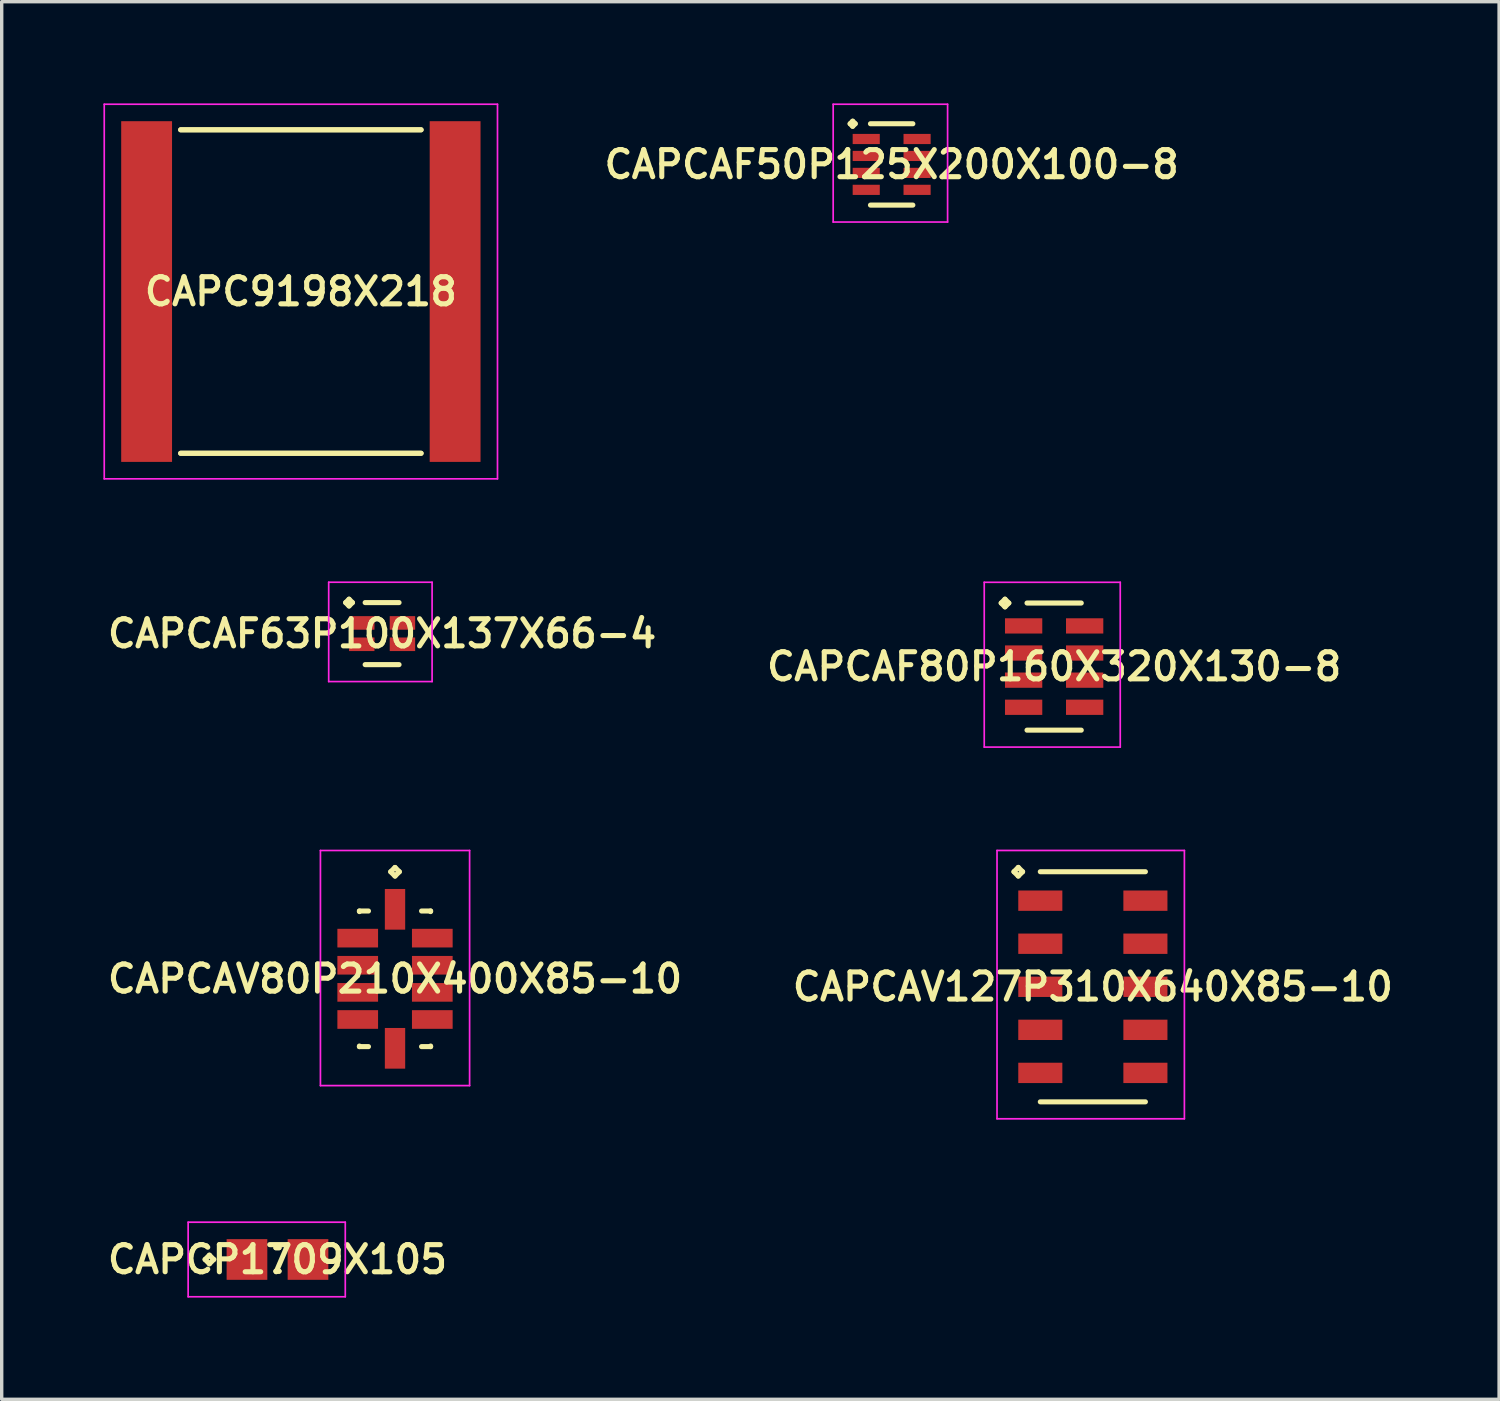
<source format=kicad_pcb>
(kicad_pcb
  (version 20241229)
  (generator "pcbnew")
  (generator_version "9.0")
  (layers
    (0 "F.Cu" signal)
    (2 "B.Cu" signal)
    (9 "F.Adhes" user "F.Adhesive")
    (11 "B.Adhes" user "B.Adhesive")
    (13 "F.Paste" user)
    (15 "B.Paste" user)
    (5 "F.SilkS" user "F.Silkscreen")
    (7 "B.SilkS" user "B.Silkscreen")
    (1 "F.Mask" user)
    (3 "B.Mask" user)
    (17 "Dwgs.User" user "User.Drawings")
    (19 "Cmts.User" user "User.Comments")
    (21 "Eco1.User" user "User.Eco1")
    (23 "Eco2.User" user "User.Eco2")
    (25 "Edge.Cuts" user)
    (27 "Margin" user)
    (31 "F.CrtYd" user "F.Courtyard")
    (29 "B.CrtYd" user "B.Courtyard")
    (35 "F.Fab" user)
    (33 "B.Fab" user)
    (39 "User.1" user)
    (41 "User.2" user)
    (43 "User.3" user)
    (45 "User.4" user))
  (footprint "CAPCAV127P310X640X85-10"
    (layer "F.Cu")
    (at 29.187 26.058)
    (property "Reference" "CAPCAV127P310X640X85-10" (at 0 0 0) (layer "F.SilkS") (effects (font (size 0.8 0.8) (thickness 0.15))))
    (attr smd)
    (fp_line (start -2.327 -3.394) (end -2.2 -3.521) (stroke (width 0.15) (type solid)) (layer "F.SilkS"))
    (fp_line (start -2.2 -3.521) (end -2.073 -3.394) (stroke (width 0.15) (type solid)) (layer "F.SilkS"))
    (fp_line (start -2.2 -3.267) (end -2.327 -3.394) (stroke (width 0.15) (type solid)) (layer "F.SilkS"))
    (fp_line (start -2.073 -3.394) (end -2.2 -3.267) (stroke (width 0.15) (type solid)) (layer "F.SilkS"))
    (fp_line (start -1.55 -3.394) (end 1.55 -3.394) (stroke (width 0.15) (type solid)) (layer "F.SilkS"))
    (fp_line (start -1.55 3.394) (end 1.55 3.394) (stroke (width 0.15) (type solid)) (layer "F.SilkS"))
    (fp_line (start -2.827 -4.021) (end 2.7 -4.021) (stroke (width 0.05) (type solid)) (layer "F.CrtYd"))
    (fp_line (start -2.827 3.894) (end -2.827 -4.021) (stroke (width 0.05) (type solid)) (layer "F.CrtYd"))
    (fp_line (start 2.7 -4.021) (end 2.7 3.894) (stroke (width 0.05) (type solid)) (layer "F.CrtYd"))
    (fp_line (start 2.7 3.894) (end -2.827 3.894) (stroke (width 0.05) (type solid)) (layer "F.CrtYd"))
    (pad "1" smd rect (at -1.55 -2.54) (size 1.3 0.6) (layers "F.Cu" "F.Mask" "F.Paste"))
    (pad "2" smd rect (at -1.55 -1.27) (size 1.3 0.6) (layers "F.Cu" "F.Mask" "F.Paste"))
    (pad "3" smd rect (at -1.55 0) (size 1.3 0.6) (layers "F.Cu" "F.Mask" "F.Paste"))
    (pad "4" smd rect (at -1.55 1.27) (size 1.3 0.6) (layers "F.Cu" "F.Mask" "F.Paste"))
    (pad "5" smd rect (at -1.55 2.54) (size 1.3 0.6) (layers "F.Cu" "F.Mask" "F.Paste"))
    (pad "6" smd rect (at 1.55 2.54) (size 1.3 0.6) (layers "F.Cu" "F.Mask" "F.Paste"))
    (pad "7" smd rect (at 1.55 1.27) (size 1.3 0.6) (layers "F.Cu" "F.Mask" "F.Paste"))
    (pad "8" smd rect (at 1.55 0) (size 1.3 0.6) (layers "F.Cu" "F.Mask" "F.Paste"))
    (pad "9" smd rect (at 1.55 -1.27) (size 1.3 0.6) (layers "F.Cu" "F.Mask" "F.Paste"))
    (pad "10" smd rect (at 1.55 -2.54) (size 1.3 0.6) (layers "F.Cu" "F.Mask" "F.Paste")))
  (footprint "CAPCAF50P125X200X100-8"
    (layer "F.Cu")
    (at 23.252 1.8)
    (property "Reference" "CAPCAF50P125X200X100-8" (at 0 0 0) (layer "F.SilkS") (effects (font (size 0.8 0.8) (thickness 0.15))))
    (attr smd)
    (fp_line (start -1.225 -1.2) (end -1.15 -1.275) (stroke (width 0.15) (type solid)) (layer "F.SilkS"))
    (fp_line (start -1.15 -1.275) (end -1.075 -1.2) (stroke (width 0.15) (type solid)) (layer "F.SilkS"))
    (fp_line (start -1.15 -1.125) (end -1.225 -1.2) (stroke (width 0.15) (type solid)) (layer "F.SilkS"))
    (fp_line (start -1.075 -1.2) (end -1.15 -1.125) (stroke (width 0.15) (type solid)) (layer "F.SilkS"))
    (fp_line (start -0.625 -1.2) (end 0.625 -1.2) (stroke (width 0.15) (type solid)) (layer "F.SilkS"))
    (fp_line (start -0.625 1.2) (end 0.625 1.2) (stroke (width 0.15) (type solid)) (layer "F.SilkS"))
    (fp_line (start -1.725 -1.775) (end 1.65 -1.775) (stroke (width 0.05) (type solid)) (layer "F.CrtYd"))
    (fp_line (start -1.725 1.7) (end -1.725 -1.775) (stroke (width 0.05) (type solid)) (layer "F.CrtYd"))
    (fp_line (start 1.65 -1.775) (end 1.65 1.7) (stroke (width 0.05) (type solid)) (layer "F.CrtYd"))
    (fp_line (start 1.65 1.7) (end -1.725 1.7) (stroke (width 0.05) (type solid)) (layer "F.CrtYd"))
    (pad "1" smd rect (at -0.75 -0.75) (size 0.8 0.3) (layers "F.Cu" "F.Mask" "F.Paste"))
    (pad "2" smd rect (at -0.75 -0.25) (size 0.8 0.3) (layers "F.Cu" "F.Mask" "F.Paste"))
    (pad "3" smd rect (at -0.75 0.25) (size 0.8 0.3) (layers "F.Cu" "F.Mask" "F.Paste"))
    (pad "4" smd rect (at -0.75 0.75) (size 0.8 0.3) (layers "F.Cu" "F.Mask" "F.Paste"))
    (pad "5" smd rect (at 0.75 0.75) (size 0.8 0.3) (layers "F.Cu" "F.Mask" "F.Paste"))
    (pad "6" smd rect (at 0.75 0.25) (size 0.8 0.3) (layers "F.Cu" "F.Mask" "F.Paste"))
    (pad "7" smd rect (at 0.75 -0.25) (size 0.8 0.3) (layers "F.Cu" "F.Mask" "F.Paste"))
    (pad "8" smd rect (at 0.75 -0.75) (size 0.8 0.3) (layers "F.Cu" "F.Mask" "F.Paste")))
  (footprint "CAPCAV80P210X400X85-10"
    (layer "F.Cu")
    (at 8.602 25.823)
    (property "Reference" "CAPCAV80P210X400X85-10" (at 0 0 0) (layer "F.SilkS") (effects (font (size 0.8 0.8) (thickness 0.15))))
    (attr smd)
    (fp_line (start -1.05 -2) (end -0.783 -2) (stroke (width 0.15) (type solid)) (layer "F.SilkS"))
    (fp_line (start -1.05 -1.983) (end -1.05 -2) (stroke (width 0.15) (type solid)) (layer "F.SilkS"))
    (fp_line (start -1.05 1.983) (end -1.05 2) (stroke (width 0.15) (type solid)) (layer "F.SilkS"))
    (fp_line (start -1.05 2) (end -0.783 2) (stroke (width 0.15) (type solid)) (layer "F.SilkS"))
    (fp_line (start -0.127 -3.158) (end 0 -3.285) (stroke (width 0.15) (type solid)) (layer "F.SilkS"))
    (fp_line (start 0 -3.285) (end 0.127 -3.158) (stroke (width 0.15) (type solid)) (layer "F.SilkS"))
    (fp_line (start 0 -3.031) (end -0.127 -3.158) (stroke (width 0.15) (type solid)) (layer "F.SilkS"))
    (fp_line (start 0.127 -3.158) (end 0 -3.031) (stroke (width 0.15) (type solid)) (layer "F.SilkS"))
    (fp_line (start 1.05 -2) (end 0.783 -2) (stroke (width 0.15) (type solid)) (layer "F.SilkS"))
    (fp_line (start 1.05 -1.983) (end 1.05 -2) (stroke (width 0.15) (type solid)) (layer "F.SilkS"))
    (fp_line (start 1.05 1.983) (end 1.05 2) (stroke (width 0.15) (type solid)) (layer "F.SilkS"))
    (fp_line (start 1.05 2) (end 0.783 2) (stroke (width 0.15) (type solid)) (layer "F.SilkS"))
    (fp_line (start -2.2 -3.785) (end 2.2 -3.785) (stroke (width 0.05) (type solid)) (layer "F.CrtYd"))
    (fp_line (start -2.2 3.15) (end -2.2 -3.785) (stroke (width 0.05) (type solid)) (layer "F.CrtYd"))
    (fp_line (start 2.2 -3.785) (end 2.2 3.15) (stroke (width 0.05) (type solid)) (layer "F.CrtYd"))
    (fp_line (start 2.2 3.15) (end -2.2 3.15) (stroke (width 0.05) (type solid)) (layer "F.CrtYd"))
    (pad "1" smd rect (at 0 -2.05) (size 0.6 1.2) (layers "F.Cu" "F.Mask" "F.Paste"))
    (pad "2" smd rect (at -1.1 -1.2) (size 1.2 0.55) (layers "F.Cu" "F.Mask" "F.Paste"))
    (pad "3" smd rect (at -1.1 -0.4) (size 1.2 0.55) (layers "F.Cu" "F.Mask" "F.Paste"))
    (pad "4" smd rect (at -1.1 0.4) (size 1.2 0.55) (layers "F.Cu" "F.Mask" "F.Paste"))
    (pad "5" smd rect (at -1.1 1.2) (size 1.2 0.55) (layers "F.Cu" "F.Mask" "F.Paste"))
    (pad "6" smd rect (at 0 2.05) (size 0.6 1.2) (layers "F.Cu" "F.Mask" "F.Paste"))
    (pad "7" smd rect (at 1.1 1.2) (size 1.2 0.55) (layers "F.Cu" "F.Mask" "F.Paste"))
    (pad "8" smd rect (at 1.1 0.4) (size 1.2 0.55) (layers "F.Cu" "F.Mask" "F.Paste"))
    (pad "9" smd rect (at 1.1 -0.4) (size 1.2 0.55) (layers "F.Cu" "F.Mask" "F.Paste"))
    (pad "10" smd rect (at 1.1 -1.2) (size 1.2 0.55) (layers "F.Cu" "F.Mask" "F.Paste")))
  (footprint "CAPCAF80P160X320X130-8"
    (layer "F.Cu")
    (at 28.045 16.613)
    (property "Reference" "CAPCAF80P160X320X130-8" (at 0 0 0) (layer "F.SilkS") (effects (font (size 0.8 0.8) (thickness 0.15))))
    (attr smd)
    (fp_line (start -1.562 -1.875) (end -1.45 -1.988) (stroke (width 0.15) (type solid)) (layer "F.SilkS"))
    (fp_line (start -1.45 -1.988) (end -1.337 -1.875) (stroke (width 0.15) (type solid)) (layer "F.SilkS"))
    (fp_line (start -1.45 -1.762) (end -1.562 -1.875) (stroke (width 0.15) (type solid)) (layer "F.SilkS"))
    (fp_line (start -1.337 -1.875) (end -1.45 -1.762) (stroke (width 0.15) (type solid)) (layer "F.SilkS"))
    (fp_line (start -0.8 -1.875) (end 0.8 -1.875) (stroke (width 0.15) (type solid)) (layer "F.SilkS"))
    (fp_line (start -0.8 1.875) (end 0.8 1.875) (stroke (width 0.15) (type solid)) (layer "F.SilkS"))
    (fp_line (start -2.062 -2.487) (end 1.95 -2.487) (stroke (width 0.05) (type solid)) (layer "F.CrtYd"))
    (fp_line (start -2.062 2.375) (end -2.062 -2.487) (stroke (width 0.05) (type solid)) (layer "F.CrtYd"))
    (fp_line (start 1.95 -2.487) (end 1.95 2.375) (stroke (width 0.05) (type solid)) (layer "F.CrtYd"))
    (fp_line (start 1.95 2.375) (end -2.062 2.375) (stroke (width 0.05) (type solid)) (layer "F.CrtYd"))
    (pad "1" smd rect (at -0.9 -1.2) (size 1.1 0.45) (layers "F.Cu" "F.Mask" "F.Paste"))
    (pad "2" smd rect (at -0.9 -0.4) (size 1.1 0.45) (layers "F.Cu" "F.Mask" "F.Paste"))
    (pad "3" smd rect (at -0.9 0.4) (size 1.1 0.45) (layers "F.Cu" "F.Mask" "F.Paste"))
    (pad "4" smd rect (at -0.9 1.2) (size 1.1 0.45) (layers "F.Cu" "F.Mask" "F.Paste"))
    (pad "5" smd rect (at 0.9 1.2) (size 1.1 0.45) (layers "F.Cu" "F.Mask" "F.Paste"))
    (pad "6" smd rect (at 0.9 0.4) (size 1.1 0.45) (layers "F.Cu" "F.Mask" "F.Paste"))
    (pad "7" smd rect (at 0.9 -0.4) (size 1.1 0.45) (layers "F.Cu" "F.Mask" "F.Paste"))
    (pad "8" smd rect (at 0.9 -1.2) (size 1.1 0.45) (layers "F.Cu" "F.Mask" "F.Paste")))
  (footprint "CAPCAF63P100X137X66-4"
    (layer "F.Cu")
    (at 8.221 15.64)
    (property "Reference" "CAPCAF63P100X137X66-4" (at 0 0 0) (layer "F.SilkS") (effects (font (size 0.8 0.8) (thickness 0.15))))
    (attr smd)
    (fp_line (start -1.075 -0.915) (end -0.975 -1.015) (stroke (width 0.15) (type solid)) (layer "F.SilkS"))
    (fp_line (start -0.975 -1.015) (end -0.875 -0.915) (stroke (width 0.15) (type solid)) (layer "F.SilkS"))
    (fp_line (start -0.975 -0.815) (end -1.075 -0.915) (stroke (width 0.15) (type solid)) (layer "F.SilkS"))
    (fp_line (start -0.875 -0.915) (end -0.975 -0.815) (stroke (width 0.15) (type solid)) (layer "F.SilkS"))
    (fp_line (start -0.5 -0.915) (end 0.5 -0.915) (stroke (width 0.15) (type solid)) (layer "F.SilkS"))
    (fp_line (start -0.5 0.915) (end 0.5 0.915) (stroke (width 0.15) (type solid)) (layer "F.SilkS"))
    (fp_line (start -1.575 -1.515) (end 1.475 -1.515) (stroke (width 0.05) (type solid)) (layer "F.CrtYd"))
    (fp_line (start -1.575 1.415) (end -1.575 -1.515) (stroke (width 0.05) (type solid)) (layer "F.CrtYd"))
    (fp_line (start 1.475 -1.515) (end 1.475 1.415) (stroke (width 0.05) (type solid)) (layer "F.CrtYd"))
    (fp_line (start 1.475 1.415) (end -1.575 1.415) (stroke (width 0.05) (type solid)) (layer "F.CrtYd"))
    (pad "1" smd rect (at -0.6 -0.315) (size 0.75 0.4) (layers "F.Cu" "F.Mask" "F.Paste"))
    (pad "2" smd rect (at -0.6 0.315) (size 0.75 0.4) (layers "F.Cu" "F.Mask" "F.Paste"))
    (pad "3" smd rect (at 0.6 0.315) (size 0.75 0.4) (layers "F.Cu" "F.Mask" "F.Paste"))
    (pad "4" smd rect (at 0.6 -0.315) (size 0.75 0.4) (layers "F.Cu" "F.Mask" "F.Paste")))
  (footprint "CAPCP1709X105"
    (layer "F.Cu")
    (at 5.135 34.102)
    (property "Reference" "CAPCP1709X105" (at 0 0 0) (layer "F.SilkS") (effects (font (size 0.8 0.8) (thickness 0.15))))
    (attr smd)
    (fp_line (start -2.135 0) (end -2.008 -0.127) (stroke (width 0.15) (type solid)) (layer "F.SilkS"))
    (fp_line (start -2.008 -0.127) (end -1.881 0) (stroke (width 0.15) (type solid)) (layer "F.SilkS"))
    (fp_line (start -2.008 0.127) (end -2.135 0) (stroke (width 0.15) (type solid)) (layer "F.SilkS"))
    (fp_line (start -1.881 0) (end -2.008 0.127) (stroke (width 0.15) (type solid)) (layer "F.SilkS"))
    (fp_line (start -0.046 -0.346) (end 0.046 -0.346) (stroke (width 0.15) (type solid)) (layer "F.SilkS"))
    (fp_line (start -0.046 0.346) (end 0.046 0.346) (stroke (width 0.15) (type solid)) (layer "F.SilkS"))
    (fp_line (start 0.046 -0.346) (end -0.046 -0.346) (stroke (width 0.15) (type solid)) (layer "F.SilkS"))
    (fp_line (start 0.046 0.346) (end -0.046 0.346) (stroke (width 0.15) (type solid)) (layer "F.SilkS"))
    (fp_line (start -2.635 -1.1) (end 2 -1.1) (stroke (width 0.05) (type solid)) (layer "F.CrtYd"))
    (fp_line (start -2.635 1.1) (end -2.635 -1.1) (stroke (width 0.05) (type solid)) (layer "F.CrtYd"))
    (fp_line (start 2 -1.1) (end 2 1.1) (stroke (width 0.05) (type solid)) (layer "F.CrtYd"))
    (fp_line (start 2 1.1) (end -2.635 1.1) (stroke (width 0.05) (type solid)) (layer "F.CrtYd"))
    (pad "1" smd rect (at -0.9 0) (size 1.2 1.2) (layers "F.Cu" "F.Mask" "F.Paste"))
    (pad "2" smd rect (at 0.9 0) (size 1.2 1.2) (layers "F.Cu" "F.Mask" "F.Paste")))
  (footprint "CAPC9198X218"
    (layer "F.Cu")
    (at 5.825 5.55)
    (property "Reference" "CAPC9198X218" (at 0 0 0) (layer "F.SilkS") (effects (font (size 0.8 0.8) (thickness 0.15))))
    (attr smd)
    (fp_line (start -3.546 -4.771) (end 3.546 -4.771) (stroke (width 0.15) (type solid)) (layer "F.SilkS"))
    (fp_line (start -3.546 4.771) (end 3.546 4.771) (stroke (width 0.15) (type solid)) (layer "F.SilkS"))
    (fp_line (start 3.546 -4.771) (end -3.546 -4.771) (stroke (width 0.15) (type solid)) (layer "F.SilkS"))
    (fp_line (start 3.546 4.771) (end -3.546 4.771) (stroke (width 0.15) (type solid)) (layer "F.SilkS"))
    (fp_line (start -5.8 -5.525) (end 5.8 -5.525) (stroke (width 0.05) (type solid)) (layer "F.CrtYd"))
    (fp_line (start -5.8 5.525) (end -5.8 -5.525) (stroke (width 0.05) (type solid)) (layer "F.CrtYd"))
    (fp_line (start 5.8 -5.525) (end 5.8 5.525) (stroke (width 0.05) (type solid)) (layer "F.CrtYd"))
    (fp_line (start 5.8 5.525) (end -5.8 5.525) (stroke (width 0.05) (type solid)) (layer "F.CrtYd"))
    (pad "1" smd rect (at -4.55 0) (size 1.5 10.05) (layers "F.Cu" "F.Mask" "F.Paste"))
    (pad "2" smd rect (at 4.55 0) (size 1.5 10.05) (layers "F.Cu" "F.Mask" "F.Paste")))
  (gr_rect
    (start -3 -3)
    (end 41.17 38.227)
    (stroke (width 0.1) (type default))
    (fill no)
    (layer "Edge.Cuts")))
</source>
